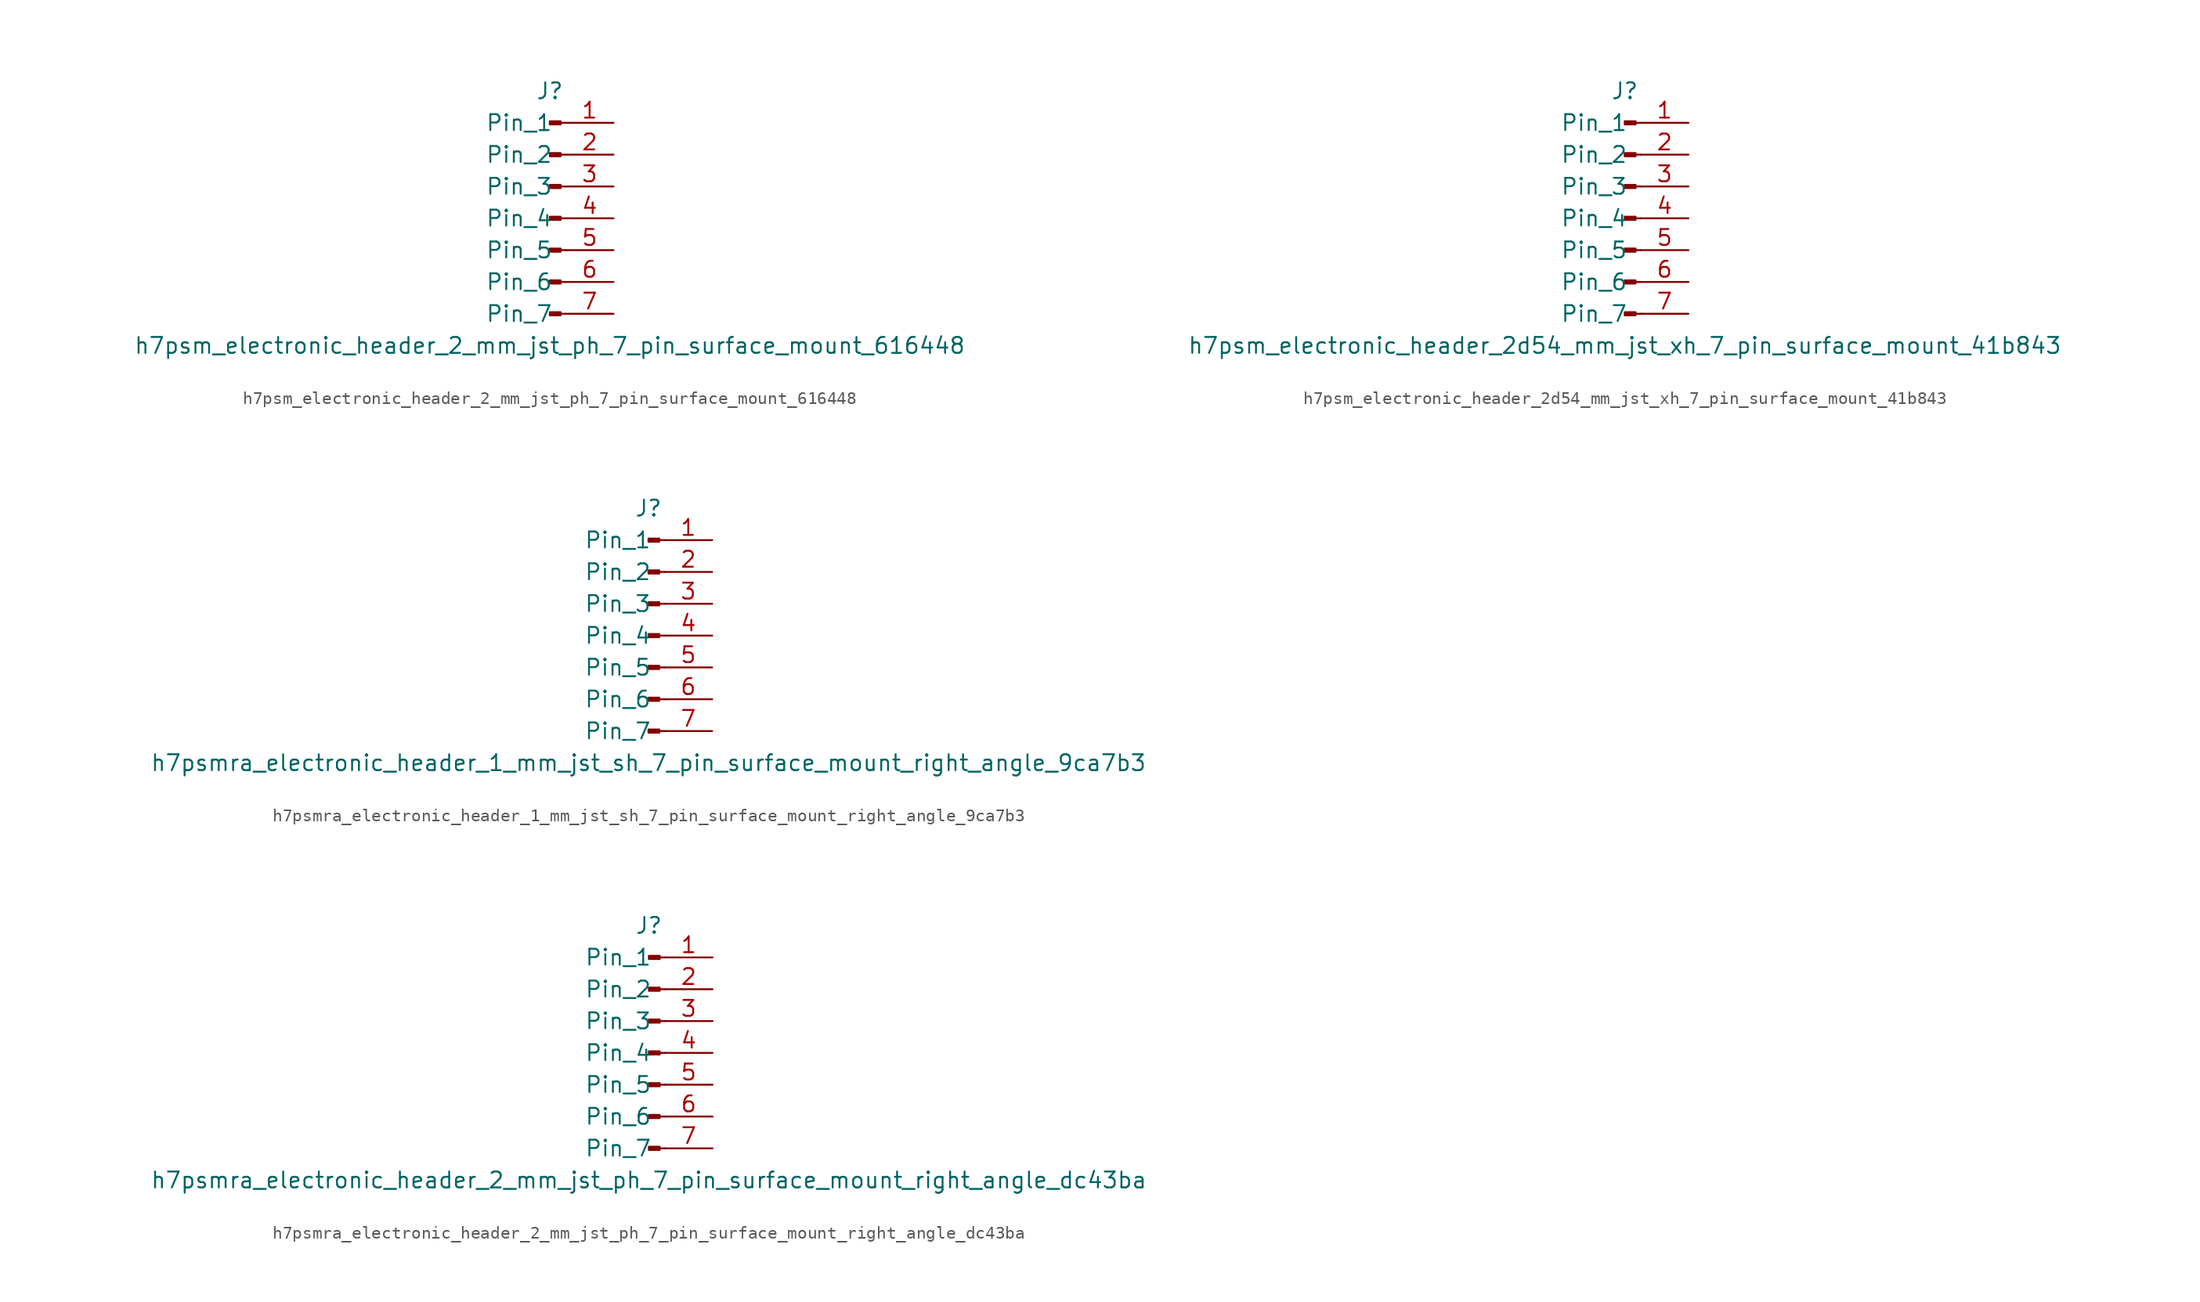
<source format=kicad_sym>
(kicad_symbol_lib
  (version 20220914)
  (generator kicad_symbol_editor)
  (symbol "h7psm_electronic_header_2_mm_jst_ph_7_pin_surface_mount_616448"
    (pin_names
      (offset 1.016))
    (property "Reference" "J"
      (at 0 10.16 0)
      (effects (font (size 1.27 1.27))))
    (property "Value" "h7psm_electronic_header_2_mm_jst_ph_7_pin_surface_mount_616448"
      (at 0 -10.16 0)
      (effects (font (size 1.27 1.27))))
    (property "ki_locked" ""
      (at 0 0 0)
      (effects (font (size 1.27 1.27))))
    (symbol "h7psm_electronic_header_2_mm_jst_ph_7_pin_surface_mount_616448_1_1"
      (polyline (pts (xy 1.27 -7.62) (xy 0.864 -7.62)) (stroke (width 0.152) (type default)) (fill (type none)))
      (polyline (pts (xy 1.27 -5.08) (xy 0.864 -5.08)) (stroke (width 0.152) (type default)) (fill (type none)))
      (polyline (pts (xy 1.27 -2.54) (xy 0.864 -2.54)) (stroke (width 0.152) (type default)) (fill (type none)))
      (polyline (pts (xy 1.27 0) (xy 0.864 0)) (stroke (width 0.152) (type default)) (fill (type none)))
      (polyline (pts (xy 1.27 2.54) (xy 0.864 2.54)) (stroke (width 0.152) (type default)) (fill (type none)))
      (polyline (pts (xy 1.27 5.08) (xy 0.864 5.08)) (stroke (width 0.152) (type default)) (fill (type none)))
      (polyline (pts (xy 1.27 7.62) (xy 0.864 7.62)) (stroke (width 0.152) (type default)) (fill (type none)))
      (rectangle (start 0.864 -7.493) (end 0 -7.747) (stroke (width 0.152) (type default)) (fill (type outline)))
      (rectangle (start 0.864 -4.953) (end 0 -5.207) (stroke (width 0.152) (type default)) (fill (type outline)))
      (rectangle (start 0.864 -2.413) (end 0 -2.667) (stroke (width 0.152) (type default)) (fill (type outline)))
      (rectangle (start 0.864 0.127) (end 0 -0.127) (stroke (width 0.152) (type default)) (fill (type outline)))
      (rectangle (start 0.864 2.667) (end 0 2.413) (stroke (width 0.152) (type default)) (fill (type outline)))
      (rectangle (start 0.864 5.207) (end 0 4.953) (stroke (width 0.152) (type default)) (fill (type outline)))
      (rectangle (start 0.864 7.747) (end 0 7.493) (stroke (width 0.152) (type default)) (fill (type outline)))
      (pin passive line (at 5.08 7.62 180) (length 3.81) (name "Pin_1" (effects (font (size 1.27 1.27)))) (number "1" (effects (font (size 1.27 1.27)))))
      (pin passive line (at 5.08 5.08 180) (length 3.81) (name "Pin_2" (effects (font (size 1.27 1.27)))) (number "2" (effects (font (size 1.27 1.27)))))
      (pin passive line (at 5.08 2.54 180) (length 3.81) (name "Pin_3" (effects (font (size 1.27 1.27)))) (number "3" (effects (font (size 1.27 1.27)))))
      (pin passive line (at 5.08 0 180) (length 3.81) (name "Pin_4" (effects (font (size 1.27 1.27)))) (number "4" (effects (font (size 1.27 1.27)))))
      (pin passive line (at 5.08 -2.54 180) (length 3.81) (name "Pin_5" (effects (font (size 1.27 1.27)))) (number "5" (effects (font (size 1.27 1.27)))))
      (pin passive line (at 5.08 -5.08 180) (length 3.81) (name "Pin_6" (effects (font (size 1.27 1.27)))) (number "6" (effects (font (size 1.27 1.27)))))
      (pin passive line (at 5.08 -7.62 180) (length 3.81) (name "Pin_7" (effects (font (size 1.27 1.27)))) (number "7" (effects (font (size 1.27 1.27)))))))
  (symbol "h7psm_electronic_header_2d54_mm_jst_xh_7_pin_surface_mount_41b843"
    (pin_names
      (offset 1.016))
    (property "Reference" "J"
      (at 0 10.16 0)
      (effects (font (size 1.27 1.27))))
    (property "Value" "h7psm_electronic_header_2d54_mm_jst_xh_7_pin_surface_mount_41b843"
      (at 0 -10.16 0)
      (effects (font (size 1.27 1.27))))
    (property "ki_locked" ""
      (at 0 0 0)
      (effects (font (size 1.27 1.27))))
    (symbol "h7psm_electronic_header_2d54_mm_jst_xh_7_pin_surface_mount_41b843_1_1"
      (polyline (pts (xy 1.27 -7.62) (xy 0.864 -7.62)) (stroke (width 0.152) (type default)) (fill (type none)))
      (polyline (pts (xy 1.27 -5.08) (xy 0.864 -5.08)) (stroke (width 0.152) (type default)) (fill (type none)))
      (polyline (pts (xy 1.27 -2.54) (xy 0.864 -2.54)) (stroke (width 0.152) (type default)) (fill (type none)))
      (polyline (pts (xy 1.27 0) (xy 0.864 0)) (stroke (width 0.152) (type default)) (fill (type none)))
      (polyline (pts (xy 1.27 2.54) (xy 0.864 2.54)) (stroke (width 0.152) (type default)) (fill (type none)))
      (polyline (pts (xy 1.27 5.08) (xy 0.864 5.08)) (stroke (width 0.152) (type default)) (fill (type none)))
      (polyline (pts (xy 1.27 7.62) (xy 0.864 7.62)) (stroke (width 0.152) (type default)) (fill (type none)))
      (rectangle (start 0.864 -7.493) (end 0 -7.747) (stroke (width 0.152) (type default)) (fill (type outline)))
      (rectangle (start 0.864 -4.953) (end 0 -5.207) (stroke (width 0.152) (type default)) (fill (type outline)))
      (rectangle (start 0.864 -2.413) (end 0 -2.667) (stroke (width 0.152) (type default)) (fill (type outline)))
      (rectangle (start 0.864 0.127) (end 0 -0.127) (stroke (width 0.152) (type default)) (fill (type outline)))
      (rectangle (start 0.864 2.667) (end 0 2.413) (stroke (width 0.152) (type default)) (fill (type outline)))
      (rectangle (start 0.864 5.207) (end 0 4.953) (stroke (width 0.152) (type default)) (fill (type outline)))
      (rectangle (start 0.864 7.747) (end 0 7.493) (stroke (width 0.152) (type default)) (fill (type outline)))
      (pin passive line (at 5.08 7.62 180) (length 3.81) (name "Pin_1" (effects (font (size 1.27 1.27)))) (number "1" (effects (font (size 1.27 1.27)))))
      (pin passive line (at 5.08 5.08 180) (length 3.81) (name "Pin_2" (effects (font (size 1.27 1.27)))) (number "2" (effects (font (size 1.27 1.27)))))
      (pin passive line (at 5.08 2.54 180) (length 3.81) (name "Pin_3" (effects (font (size 1.27 1.27)))) (number "3" (effects (font (size 1.27 1.27)))))
      (pin passive line (at 5.08 0 180) (length 3.81) (name "Pin_4" (effects (font (size 1.27 1.27)))) (number "4" (effects (font (size 1.27 1.27)))))
      (pin passive line (at 5.08 -2.54 180) (length 3.81) (name "Pin_5" (effects (font (size 1.27 1.27)))) (number "5" (effects (font (size 1.27 1.27)))))
      (pin passive line (at 5.08 -5.08 180) (length 3.81) (name "Pin_6" (effects (font (size 1.27 1.27)))) (number "6" (effects (font (size 1.27 1.27)))))
      (pin passive line (at 5.08 -7.62 180) (length 3.81) (name "Pin_7" (effects (font (size 1.27 1.27)))) (number "7" (effects (font (size 1.27 1.27)))))))
  (symbol "h7psmra_electronic_header_1_mm_jst_sh_7_pin_surface_mount_right_angle_9ca7b3"
    (pin_names
      (offset 1.016))
    (property "Reference" "J"
      (at 0 10.16 0)
      (effects (font (size 1.27 1.27))))
    (property "Value" "h7psmra_electronic_header_1_mm_jst_sh_7_pin_surface_mount_right_angle_9ca7b3"
      (at 0 -10.16 0)
      (effects (font (size 1.27 1.27))))
    (property "ki_locked" ""
      (at 0 0 0)
      (effects (font (size 1.27 1.27))))
    (symbol "h7psmra_electronic_header_1_mm_jst_sh_7_pin_surface_mount_right_angle_9ca7b3_1_1"
      (polyline (pts (xy 1.27 -7.62) (xy 0.864 -7.62)) (stroke (width 0.152) (type default)) (fill (type none)))
      (polyline (pts (xy 1.27 -5.08) (xy 0.864 -5.08)) (stroke (width 0.152) (type default)) (fill (type none)))
      (polyline (pts (xy 1.27 -2.54) (xy 0.864 -2.54)) (stroke (width 0.152) (type default)) (fill (type none)))
      (polyline (pts (xy 1.27 0) (xy 0.864 0)) (stroke (width 0.152) (type default)) (fill (type none)))
      (polyline (pts (xy 1.27 2.54) (xy 0.864 2.54)) (stroke (width 0.152) (type default)) (fill (type none)))
      (polyline (pts (xy 1.27 5.08) (xy 0.864 5.08)) (stroke (width 0.152) (type default)) (fill (type none)))
      (polyline (pts (xy 1.27 7.62) (xy 0.864 7.62)) (stroke (width 0.152) (type default)) (fill (type none)))
      (rectangle (start 0.864 -7.493) (end 0 -7.747) (stroke (width 0.152) (type default)) (fill (type outline)))
      (rectangle (start 0.864 -4.953) (end 0 -5.207) (stroke (width 0.152) (type default)) (fill (type outline)))
      (rectangle (start 0.864 -2.413) (end 0 -2.667) (stroke (width 0.152) (type default)) (fill (type outline)))
      (rectangle (start 0.864 0.127) (end 0 -0.127) (stroke (width 0.152) (type default)) (fill (type outline)))
      (rectangle (start 0.864 2.667) (end 0 2.413) (stroke (width 0.152) (type default)) (fill (type outline)))
      (rectangle (start 0.864 5.207) (end 0 4.953) (stroke (width 0.152) (type default)) (fill (type outline)))
      (rectangle (start 0.864 7.747) (end 0 7.493) (stroke (width 0.152) (type default)) (fill (type outline)))
      (pin passive line (at 5.08 7.62 180) (length 3.81) (name "Pin_1" (effects (font (size 1.27 1.27)))) (number "1" (effects (font (size 1.27 1.27)))))
      (pin passive line (at 5.08 5.08 180) (length 3.81) (name "Pin_2" (effects (font (size 1.27 1.27)))) (number "2" (effects (font (size 1.27 1.27)))))
      (pin passive line (at 5.08 2.54 180) (length 3.81) (name "Pin_3" (effects (font (size 1.27 1.27)))) (number "3" (effects (font (size 1.27 1.27)))))
      (pin passive line (at 5.08 0 180) (length 3.81) (name "Pin_4" (effects (font (size 1.27 1.27)))) (number "4" (effects (font (size 1.27 1.27)))))
      (pin passive line (at 5.08 -2.54 180) (length 3.81) (name "Pin_5" (effects (font (size 1.27 1.27)))) (number "5" (effects (font (size 1.27 1.27)))))
      (pin passive line (at 5.08 -5.08 180) (length 3.81) (name "Pin_6" (effects (font (size 1.27 1.27)))) (number "6" (effects (font (size 1.27 1.27)))))
      (pin passive line (at 5.08 -7.62 180) (length 3.81) (name "Pin_7" (effects (font (size 1.27 1.27)))) (number "7" (effects (font (size 1.27 1.27)))))))
  (symbol "h7psmra_electronic_header_2_mm_jst_ph_7_pin_surface_mount_right_angle_dc43ba"
    (pin_names
      (offset 1.016))
    (property "Reference" "J"
      (at 0 10.16 0)
      (effects (font (size 1.27 1.27))))
    (property "Value" "h7psmra_electronic_header_2_mm_jst_ph_7_pin_surface_mount_right_angle_dc43ba"
      (at 0 -10.16 0)
      (effects (font (size 1.27 1.27))))
    (property "ki_locked" ""
      (at 0 0 0)
      (effects (font (size 1.27 1.27))))
    (symbol "h7psmra_electronic_header_2_mm_jst_ph_7_pin_surface_mount_right_angle_dc43ba_1_1"
      (polyline (pts (xy 1.27 -7.62) (xy 0.864 -7.62)) (stroke (width 0.152) (type default)) (fill (type none)))
      (polyline (pts (xy 1.27 -5.08) (xy 0.864 -5.08)) (stroke (width 0.152) (type default)) (fill (type none)))
      (polyline (pts (xy 1.27 -2.54) (xy 0.864 -2.54)) (stroke (width 0.152) (type default)) (fill (type none)))
      (polyline (pts (xy 1.27 0) (xy 0.864 0)) (stroke (width 0.152) (type default)) (fill (type none)))
      (polyline (pts (xy 1.27 2.54) (xy 0.864 2.54)) (stroke (width 0.152) (type default)) (fill (type none)))
      (polyline (pts (xy 1.27 5.08) (xy 0.864 5.08)) (stroke (width 0.152) (type default)) (fill (type none)))
      (polyline (pts (xy 1.27 7.62) (xy 0.864 7.62)) (stroke (width 0.152) (type default)) (fill (type none)))
      (rectangle (start 0.864 -7.493) (end 0 -7.747) (stroke (width 0.152) (type default)) (fill (type outline)))
      (rectangle (start 0.864 -4.953) (end 0 -5.207) (stroke (width 0.152) (type default)) (fill (type outline)))
      (rectangle (start 0.864 -2.413) (end 0 -2.667) (stroke (width 0.152) (type default)) (fill (type outline)))
      (rectangle (start 0.864 0.127) (end 0 -0.127) (stroke (width 0.152) (type default)) (fill (type outline)))
      (rectangle (start 0.864 2.667) (end 0 2.413) (stroke (width 0.152) (type default)) (fill (type outline)))
      (rectangle (start 0.864 5.207) (end 0 4.953) (stroke (width 0.152) (type default)) (fill (type outline)))
      (rectangle (start 0.864 7.747) (end 0 7.493) (stroke (width 0.152) (type default)) (fill (type outline)))
      (pin passive line (at 5.08 7.62 180) (length 3.81) (name "Pin_1" (effects (font (size 1.27 1.27)))) (number "1" (effects (font (size 1.27 1.27)))))
      (pin passive line (at 5.08 5.08 180) (length 3.81) (name "Pin_2" (effects (font (size 1.27 1.27)))) (number "2" (effects (font (size 1.27 1.27)))))
      (pin passive line (at 5.08 2.54 180) (length 3.81) (name "Pin_3" (effects (font (size 1.27 1.27)))) (number "3" (effects (font (size 1.27 1.27)))))
      (pin passive line (at 5.08 0 180) (length 3.81) (name "Pin_4" (effects (font (size 1.27 1.27)))) (number "4" (effects (font (size 1.27 1.27)))))
      (pin passive line (at 5.08 -2.54 180) (length 3.81) (name "Pin_5" (effects (font (size 1.27 1.27)))) (number "5" (effects (font (size 1.27 1.27)))))
      (pin passive line (at 5.08 -5.08 180) (length 3.81) (name "Pin_6" (effects (font (size 1.27 1.27)))) (number "6" (effects (font (size 1.27 1.27)))))
      (pin passive line (at 5.08 -7.62 180) (length 3.81) (name "Pin_7" (effects (font (size 1.27 1.27)))) (number "7" (effects (font (size 1.27 1.27))))))))
</source>
